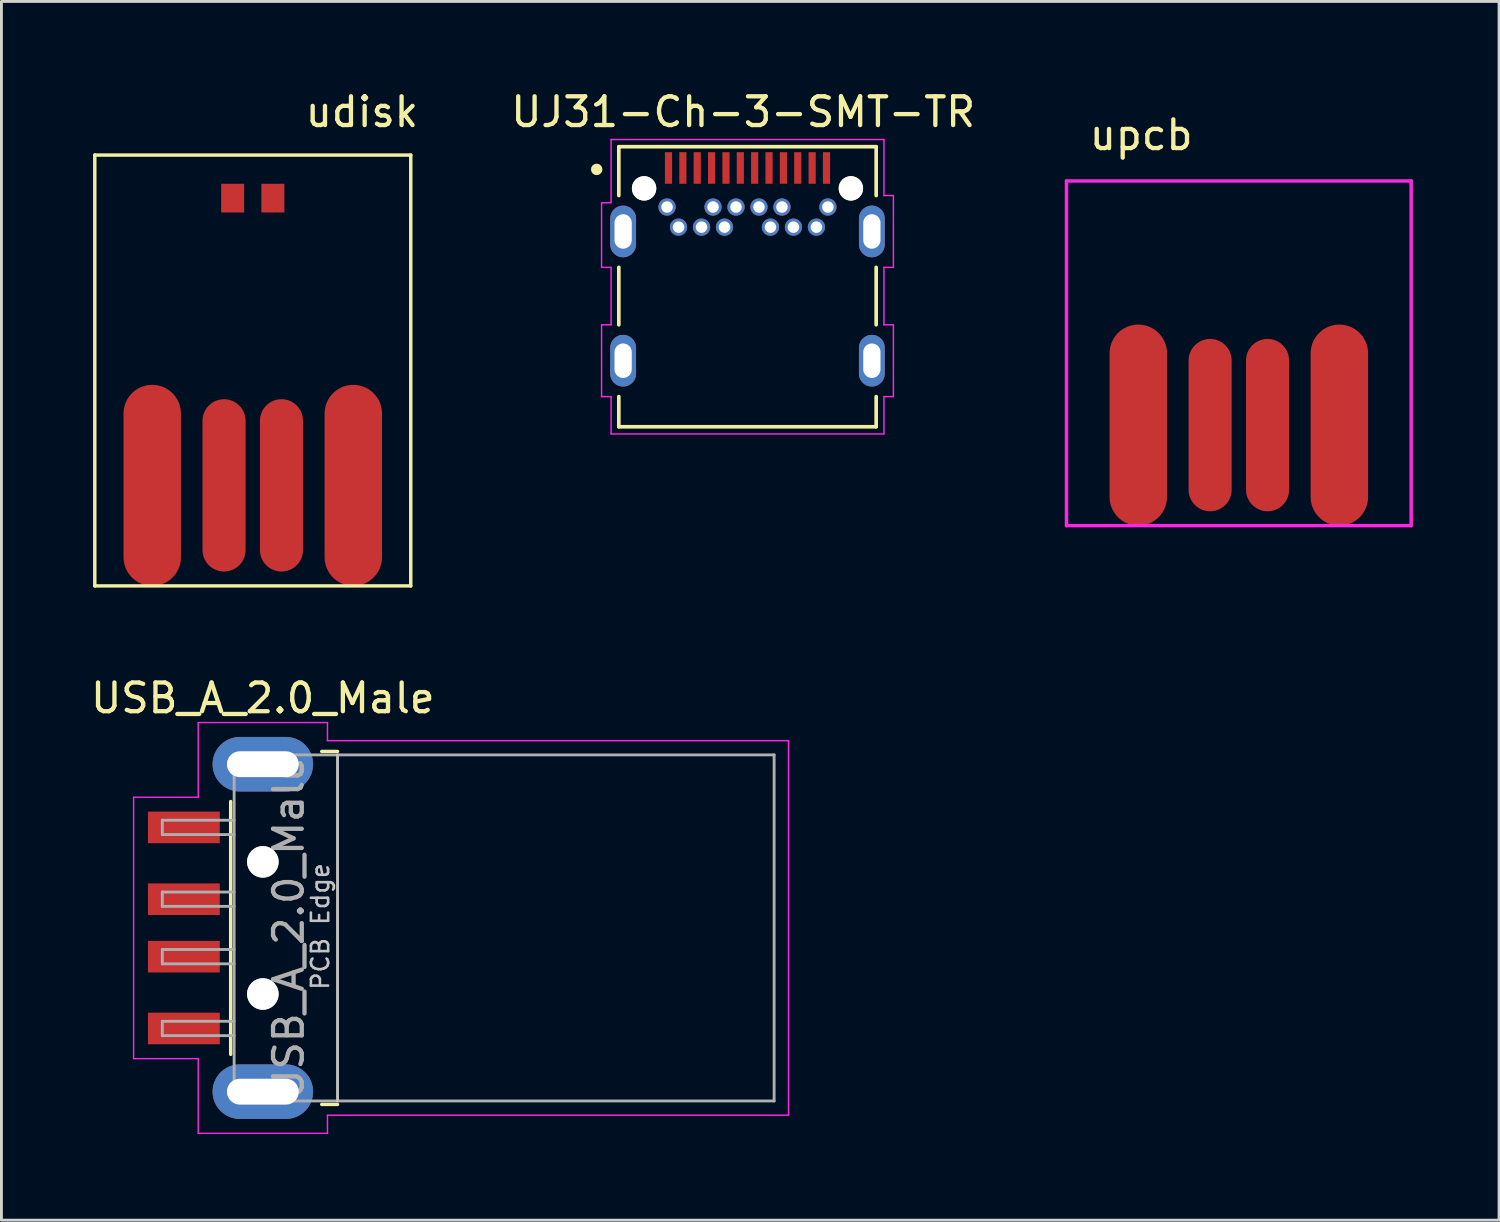
<source format=kicad_pcb>
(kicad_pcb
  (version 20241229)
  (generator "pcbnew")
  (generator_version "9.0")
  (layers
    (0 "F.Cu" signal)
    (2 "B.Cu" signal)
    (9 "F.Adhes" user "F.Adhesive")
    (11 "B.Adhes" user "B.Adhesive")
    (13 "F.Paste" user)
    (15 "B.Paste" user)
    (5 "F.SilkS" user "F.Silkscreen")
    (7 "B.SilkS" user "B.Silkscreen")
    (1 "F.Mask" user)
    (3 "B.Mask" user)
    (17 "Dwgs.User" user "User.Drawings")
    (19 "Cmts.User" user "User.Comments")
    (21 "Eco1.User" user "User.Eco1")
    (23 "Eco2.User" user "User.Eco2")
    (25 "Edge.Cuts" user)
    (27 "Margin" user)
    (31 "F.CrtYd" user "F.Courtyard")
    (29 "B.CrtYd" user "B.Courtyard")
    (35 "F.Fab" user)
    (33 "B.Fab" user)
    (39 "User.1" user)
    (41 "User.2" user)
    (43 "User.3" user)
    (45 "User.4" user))
  (footprint "USB_A_2.0_Male"
    (layer "F.Cu")
    (at 13.001 29.256)
    (property "Reference" "USB_A_2.0_Male" (at -6.9 -8 0) (layer "F.SilkS") (effects (font (size 1 1) (thickness 0.15))))
    (attr smd)
    (fp_line (start -8.02 -4.4) (end -8.02 4.4) (stroke (width 0.12) (type solid)) (layer "F.SilkS"))
    (fp_line (start -4.85 -6.145) (end -4.3 -6.145) (stroke (width 0.12) (type solid)) (layer "F.SilkS"))
    (fp_line (start -4.85 6.145) (end -4.3 6.145) (stroke (width 0.12) (type solid)) (layer "F.SilkS"))
    (fp_line (start -4.3 6.025) (end -4.3 -6.025) (stroke (width 0.1) (type solid)) (layer "Dwgs.User"))
    (fp_line (start -11.4 -4.55) (end -9.15 -4.55) (stroke (width 0.05) (type solid)) (layer "F.CrtYd"))
    (fp_line (start -11.4 4.55) (end -11.4 -4.55) (stroke (width 0.05) (type solid)) (layer "F.CrtYd"))
    (fp_line (start -11.4 4.55) (end -9.15 4.55) (stroke (width 0.05) (type solid)) (layer "F.CrtYd"))
    (fp_line (start -9.15 -7.15) (end -9.15 -4.55) (stroke (width 0.05) (type solid)) (layer "F.CrtYd"))
    (fp_line (start -9.15 -7.15) (end -4.65 -7.15) (stroke (width 0.05) (type solid)) (layer "F.CrtYd"))
    (fp_line (start -9.15 4.55) (end -9.15 7.15) (stroke (width 0.05) (type solid)) (layer "F.CrtYd"))
    (fp_line (start -9.15 7.15) (end -4.65 7.15) (stroke (width 0.05) (type solid)) (layer "F.CrtYd"))
    (fp_line (start -4.65 -6.52) (end -4.65 -7.15) (stroke (width 0.05) (type solid)) (layer "F.CrtYd"))
    (fp_line (start -4.65 -6.52) (end 11.4 -6.52) (stroke (width 0.05) (type solid)) (layer "F.CrtYd"))
    (fp_line (start -4.65 6.52) (end 11.4 6.52) (stroke (width 0.05) (type solid)) (layer "F.CrtYd"))
    (fp_line (start -4.65 7.15) (end -4.65 6.52) (stroke (width 0.05) (type solid)) (layer "F.CrtYd"))
    (fp_line (start 11.4 6.52) (end 11.4 -6.52) (stroke (width 0.05) (type solid)) (layer "F.CrtYd"))
    (fp_line (start -10.4 -3.75) (end -7.9 -3.75) (stroke (width 0.1) (type solid)) (layer "F.Fab"))
    (fp_line (start -10.4 -3.25) (end -10.4 -3.75) (stroke (width 0.1) (type solid)) (layer "F.Fab"))
    (fp_line (start -10.4 -3.25) (end -7.9 -3.25) (stroke (width 0.1) (type solid)) (layer "F.Fab"))
    (fp_line (start -10.4 -1.25) (end -7.9 -1.25) (stroke (width 0.1) (type solid)) (layer "F.Fab"))
    (fp_line (start -10.4 -0.75) (end -10.4 -1.25) (stroke (width 0.1) (type solid)) (layer "F.Fab"))
    (fp_line (start -10.4 -0.75) (end -7.9 -0.75) (stroke (width 0.1) (type solid)) (layer "F.Fab"))
    (fp_line (start -10.4 0.75) (end -7.9 0.75) (stroke (width 0.1) (type solid)) (layer "F.Fab"))
    (fp_line (start -10.4 1.25) (end -10.4 0.75) (stroke (width 0.1) (type solid)) (layer "F.Fab"))
    (fp_line (start -10.4 1.25) (end -7.9 1.25) (stroke (width 0.1) (type solid)) (layer "F.Fab"))
    (fp_line (start -10.4 3.25) (end -7.9 3.25) (stroke (width 0.1) (type solid)) (layer "F.Fab"))
    (fp_line (start -10.4 3.75) (end -10.4 3.25) (stroke (width 0.1) (type solid)) (layer "F.Fab"))
    (fp_line (start -10.4 3.75) (end -7.9 3.75) (stroke (width 0.1) (type solid)) (layer "F.Fab"))
    (fp_line (start -7.9 -6.025) (end 10.9 -6.025) (stroke (width 0.1) (type solid)) (layer "F.Fab"))
    (fp_line (start -7.9 6.025) (end -7.9 -6.025) (stroke (width 0.1) (type solid)) (layer "F.Fab"))
    (fp_line (start -7.9 6.025) (end 10.9 6.025) (stroke (width 0.1) (type solid)) (layer "F.Fab"))
    (fp_line (start 10.9 6.025) (end 10.9 -6.025) (stroke (width 0.1) (type solid)) (layer "F.Fab"))
    (fp_circle (center -6.9 -2.3) (end -6.9 -2.8) (stroke (width 0.1) (type solid)) (fill no) (layer "F.Fab"))
    (fp_circle (center -6.9 2.3) (end -6.9 2.8) (stroke (width 0.1) (type solid)) (fill no) (layer "F.Fab"))
    (fp_text user "PCB Edge" (at -4.9 -0.05 90) (layer "Dwgs.User") (effects (font (size 0.6 0.6) (thickness 0.09))))
    (fp_text user "${REFERENCE}" (at -6 0 90) (layer "F.Fab") (effects (font (size 1 1) (thickness 0.15))))
    (pad "" np_thru_hole circle (at -6.9 -2.3) (size 1.1 1.1) (drill 1.1) (layers "*.Cu" "*.Mask"))
    (pad "" np_thru_hole circle (at -6.9 2.3) (size 1.1 1.1) (drill 1.1) (layers "*.Cu" "*.Mask"))
    (pad "1" smd rect (at -9.65 -3.5) (size 2.5 1.1) (layers "F.Cu" "F.Mask" "F.Paste"))
    (pad "2" smd rect (at -9.65 -1) (size 2.5 1.1) (layers "F.Cu" "F.Mask" "F.Paste"))
    (pad "3" smd rect (at -9.65 1) (size 2.5 1.1) (layers "F.Cu" "F.Mask" "F.Paste"))
    (pad "4" smd rect (at -9.65 3.5) (size 2.5 1.1) (layers "F.Cu" "F.Mask" "F.Paste"))
    (pad "5" thru_hole oval (at -6.9 -5.7) (size 3.5 1.9) (drill oval 2.5 0.9) (layers "*.Cu" "*.Mask"))
    (pad "5" thru_hole oval (at -6.9 5.7) (size 3.5 1.9) (drill oval 2.5 0.9) (layers "*.Cu" "*.Mask")))
  (footprint "upcb"
    (layer "F.Cu")
    (at 34.58 0.25)
    (property "Reference" "upcb" (at 2.1 1.4 0) (layer "F.SilkS") (effects (font (size 1 1) (thickness 0.15))))
    (attr through_hole)
    (fp_line (start -0.5 3) (end -0.5 15) (stroke (width 0.12) (type solid)) (layer "F.CrtYd"))
    (fp_line (start -0.5 3) (end 11.5 3) (stroke (width 0.12) (type solid)) (layer "F.CrtYd"))
    (fp_line (start -0.5 15) (end 11.5 15) (stroke (width 0.12) (type solid)) (layer "F.CrtYd"))
    (fp_line (start 11.5 15) (end 11.5 3) (stroke (width 0.12) (type solid)) (layer "F.CrtYd"))
    (pad "1" smd oval (at 9 11.5) (size 2 7) (layers "F.Cu" "F.Mask" "F.Paste"))
    (pad "2" smd oval (at 6.5 11.5) (size 1.5 6) (layers "F.Cu" "F.Mask" "F.Paste"))
    (pad "3" smd oval (at 4.5 11.5) (size 1.5 6) (layers "F.Cu" "F.Mask" "F.Paste"))
    (pad "4" smd oval (at 2 11.5) (size 2 7) (layers "F.Cu" "F.Mask" "F.Paste")))
  (footprint "UJ31-Ch-3-SMT-TR"
    (layer "F.Cu")
    (at 22.824 7.648)
    (property "Reference" "UJ31-Ch-3-SMT-TR" (at 0 -6.8 0) (layer "F.SilkS") (effects (font (size 1 1) (thickness 0.15))))
    (attr through_hole)
    (fp_line (start -4.33 -5.59) (end -4.33 -3.89) (stroke (width 0.127) (type solid)) (layer "F.SilkS"))
    (fp_line (start -4.33 -5.59) (end 4.63 -5.59) (stroke (width 0.127) (type solid)) (layer "F.SilkS"))
    (fp_line (start -4.33 -1.39) (end -4.33 0.61) (stroke (width 0.127) (type solid)) (layer "F.SilkS"))
    (fp_line (start -4.33 3.11) (end -4.33 4.16) (stroke (width 0.127) (type solid)) (layer "F.SilkS"))
    (fp_line (start -4.33 4.16) (end 4.63 4.16) (stroke (width 0.127) (type solid)) (layer "F.SilkS"))
    (fp_line (start 4.63 -5.59) (end 4.63 -3.89) (stroke (width 0.127) (type solid)) (layer "F.SilkS"))
    (fp_line (start 4.63 0.61) (end 4.63 -1.39) (stroke (width 0.127) (type solid)) (layer "F.SilkS"))
    (fp_line (start 4.63 4.16) (end 4.63 3.11) (stroke (width 0.127) (type solid)) (layer "F.SilkS"))
    (fp_circle (center -5.1 -4.8) (end -5 -4.8) (stroke (width 0.2) (type solid)) (fill no) (layer "F.SilkS"))
    (fp_line (start -4.93 -3.64) (end -4.6 -3.64) (stroke (width 0.05) (type solid)) (layer "F.CrtYd"))
    (fp_line (start -4.93 -1.39) (end -4.93 -3.64) (stroke (width 0.05) (type solid)) (layer "F.CrtYd"))
    (fp_line (start -4.93 0.61) (end -4.6 0.61) (stroke (width 0.05) (type solid)) (layer "F.CrtYd"))
    (fp_line (start -4.93 3.11) (end -4.93 0.61) (stroke (width 0.05) (type solid)) (layer "F.CrtYd"))
    (fp_line (start -4.6 -5.84) (end 4.9 -5.84) (stroke (width 0.05) (type solid)) (layer "F.CrtYd"))
    (fp_line (start -4.6 -3.64) (end -4.6 -5.84) (stroke (width 0.05) (type solid)) (layer "F.CrtYd"))
    (fp_line (start -4.6 -1.39) (end -4.93 -1.39) (stroke (width 0.05) (type solid)) (layer "F.CrtYd"))
    (fp_line (start -4.6 0.61) (end -4.6 -1.39) (stroke (width 0.05) (type solid)) (layer "F.CrtYd"))
    (fp_line (start -4.6 3.11) (end -4.93 3.11) (stroke (width 0.05) (type solid)) (layer "F.CrtYd"))
    (fp_line (start -4.6 4.41) (end -4.6 3.11) (stroke (width 0.05) (type solid)) (layer "F.CrtYd"))
    (fp_line (start 4.9 -5.84) (end 4.9 -3.89) (stroke (width 0.05) (type solid)) (layer "F.CrtYd"))
    (fp_line (start 4.9 -3.89) (end 5.23 -3.89) (stroke (width 0.05) (type solid)) (layer "F.CrtYd"))
    (fp_line (start 4.9 -1.39) (end 4.9 0.61) (stroke (width 0.05) (type solid)) (layer "F.CrtYd"))
    (fp_line (start 4.9 0.61) (end 5.23 0.61) (stroke (width 0.05) (type solid)) (layer "F.CrtYd"))
    (fp_line (start 4.9 3.11) (end 4.9 4.41) (stroke (width 0.05) (type solid)) (layer "F.CrtYd"))
    (fp_line (start 4.9 4.41) (end -4.6 4.41) (stroke (width 0.05) (type solid)) (layer "F.CrtYd"))
    (fp_line (start 5.23 -3.89) (end 5.23 -1.39) (stroke (width 0.05) (type solid)) (layer "F.CrtYd"))
    (fp_line (start 5.23 -1.39) (end 4.9 -1.39) (stroke (width 0.05) (type solid)) (layer "F.CrtYd"))
    (fp_line (start 5.23 0.61) (end 5.23 3.11) (stroke (width 0.05) (type solid)) (layer "F.CrtYd"))
    (fp_line (start 5.23 3.11) (end 4.9 3.11) (stroke (width 0.05) (type solid)) (layer "F.CrtYd"))
    (pad "" np_thru_hole circle (at -3.45 -4.14) (size 0.85 0.85) (drill 0.85) (layers "*.Cu" "*.Mask" "F.SilkS"))
    (pad "" np_thru_hole circle (at 3.75 -4.14) (size 0.85 0.85) (drill 0.85) (layers "*.Cu" "*.Mask" "F.SilkS"))
    (pad "A1" smd rect (at -2.6 -4.85) (size 0.25 1.1) (layers "F.Cu" "F.Mask" "F.Paste"))
    (pad "A2" smd rect (at -2.1 -4.85) (size 0.25 1.1) (layers "F.Cu" "F.Mask" "F.Paste"))
    (pad "A3" smd rect (at -1.6 -4.85) (size 0.25 1.1) (layers "F.Cu" "F.Mask" "F.Paste"))
    (pad "A4" smd rect (at -1.1 -4.85) (size 0.25 1.1) (layers "F.Cu" "F.Mask" "F.Paste"))
    (pad "A5" smd rect (at -0.6 -4.85) (size 0.25 1.1) (layers "F.Cu" "F.Mask" "F.Paste"))
    (pad "A6" smd rect (at -0.1 -4.85) (size 0.25 1.1) (layers "F.Cu" "F.Mask" "F.Paste"))
    (pad "A7" smd rect (at 0.4 -4.85) (size 0.25 1.1) (layers "F.Cu" "F.Mask" "F.Paste"))
    (pad "A8" smd rect (at 0.9 -4.85) (size 0.25 1.1) (layers "F.Cu" "F.Mask" "F.Paste"))
    (pad "A9" smd rect (at 1.4 -4.85) (size 0.25 1.1) (layers "F.Cu" "F.Mask" "F.Paste"))
    (pad "A10" smd rect (at 1.9 -4.85) (size 0.25 1.1) (layers "F.Cu" "F.Mask" "F.Paste"))
    (pad "A11" smd rect (at 2.4 -4.85) (size 0.25 1.1) (layers "F.Cu" "F.Mask" "F.Paste"))
    (pad "A12" smd rect (at 2.9 -4.85) (size 0.25 1.1) (layers "F.Cu" "F.Mask" "F.Paste"))
    (pad "B1" thru_hole circle (at 2.95 -3.49) (size 0.6 0.6) (drill 0.4) (layers "*.Cu" "*.Mask"))
    (pad "B2" thru_hole circle (at 2.55 -2.79) (size 0.6 0.6) (drill 0.4) (layers "*.Cu" "*.Mask"))
    (pad "B3" thru_hole circle (at 1.75 -2.79) (size 0.6 0.6) (drill 0.4) (layers "*.Cu" "*.Mask"))
    (pad "B4" thru_hole circle (at 1.35 -3.49) (size 0.6 0.6) (drill 0.4) (layers "*.Cu" "*.Mask"))
    (pad "B5" thru_hole circle (at 0.95 -2.79) (size 0.6 0.6) (drill 0.4) (layers "*.Cu" "*.Mask"))
    (pad "B6" thru_hole circle (at 0.55 -3.49) (size 0.6 0.6) (drill 0.4) (layers "*.Cu" "*.Mask"))
    (pad "B7" thru_hole circle (at -0.25 -3.49) (size 0.6 0.6) (drill 0.4) (layers "*.Cu" "*.Mask"))
    (pad "B8" thru_hole circle (at -0.65 -2.79) (size 0.6 0.6) (drill 0.4) (layers "*.Cu" "*.Mask"))
    (pad "B9" thru_hole circle (at -1.05 -3.49) (size 0.6 0.6) (drill 0.4) (layers "*.Cu" "*.Mask"))
    (pad "B10" thru_hole circle (at -1.45 -2.79) (size 0.6 0.6) (drill 0.4) (layers "*.Cu" "*.Mask"))
    (pad "B11" thru_hole circle (at -2.25 -2.79) (size 0.6 0.6) (drill 0.4) (layers "*.Cu" "*.Mask"))
    (pad "B12" thru_hole circle (at -2.65 -3.49) (size 0.6 0.6) (drill 0.4) (layers "*.Cu" "*.Mask"))
    (pad "SH1" thru_hole oval (at -4.18 -2.64 90) (size 1.8 0.9) (drill oval 1.2 0.6) (layers "*.Cu" "*.Mask"))
    (pad "SH2" thru_hole oval (at 4.48 -2.64 90) (size 1.8 0.9) (drill oval 1.2 0.6) (layers "*.Cu" "*.Mask"))
    (pad "SH3" thru_hole oval (at -4.18 1.86 90) (size 1.8 0.9) (drill oval 1.2 0.6) (layers "*.Cu" "*.Mask"))
    (pad "SH4" thru_hole oval (at 4.48 1.86 90) (size 1.8 0.9) (drill oval 1.2 0.6) (layers "*.Cu" "*.Mask")))
  (footprint "udisk"
    (layer "F.Cu")
    (at 0.25 2.348)
    (property "Reference" "udisk" (at 9.3 -1.5 0) (layer "F.SilkS") (effects (font (size 1 1) (thickness 0.15))))
    (attr through_hole)
    (fp_line (start 0 0) (end 0 15) (stroke (width 0.12) (type solid)) (layer "F.SilkS"))
    (fp_line (start 0 0) (end 11 0) (stroke (width 0.12) (type solid)) (layer "F.SilkS"))
    (fp_line (start 0 15) (end 11 15) (stroke (width 0.12) (type solid)) (layer "F.SilkS"))
    (fp_line (start 11 15) (end 11 0) (stroke (width 0.12) (type solid)) (layer "F.SilkS"))
    (pad "1" smd oval (at 2 11.5) (size 2 7) (layers "F.Cu" "F.Mask" "F.Paste"))
    (pad "2" smd oval (at 4.5 11.5) (size 1.5 6) (layers "F.Cu" "F.Mask" "F.Paste"))
    (pad "3" smd oval (at 6.5 11.5) (size 1.5 6) (layers "F.Cu" "F.Mask" "F.Paste"))
    (pad "4" smd oval (at 9 11.5) (size 2 7) (layers "F.Cu" "F.Mask" "F.Paste"))
    (pad "5" smd rect (at 6.2 1.5) (size 0.8 1) (layers "F.Cu" "F.Mask" "F.Paste"))
    (pad "6" smd rect (at 4.8 1.5) (size 0.8 1) (layers "F.Cu" "F.Mask" "F.Paste")))
  (gr_rect
    (start -3 -3)
    (end 49.14 39.431)
    (stroke (width 0.1) (type default))
    (fill no)
    (layer "Edge.Cuts")))
</source>
